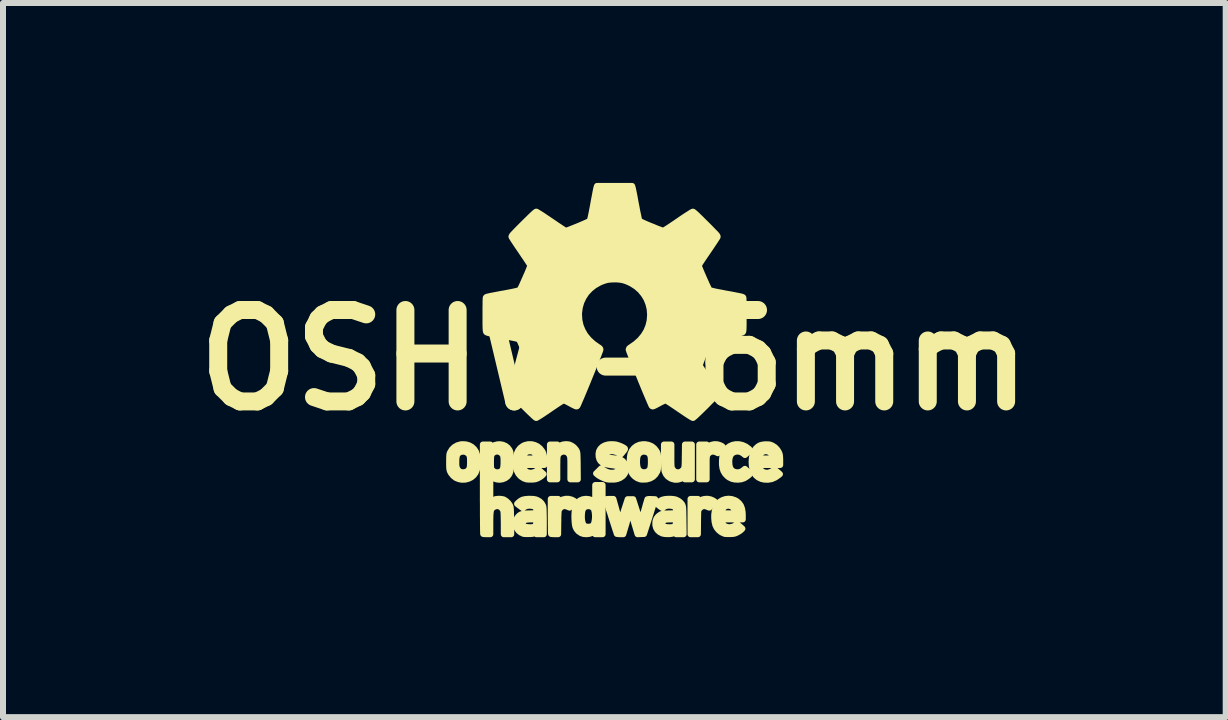
<source format=kicad_pcb>
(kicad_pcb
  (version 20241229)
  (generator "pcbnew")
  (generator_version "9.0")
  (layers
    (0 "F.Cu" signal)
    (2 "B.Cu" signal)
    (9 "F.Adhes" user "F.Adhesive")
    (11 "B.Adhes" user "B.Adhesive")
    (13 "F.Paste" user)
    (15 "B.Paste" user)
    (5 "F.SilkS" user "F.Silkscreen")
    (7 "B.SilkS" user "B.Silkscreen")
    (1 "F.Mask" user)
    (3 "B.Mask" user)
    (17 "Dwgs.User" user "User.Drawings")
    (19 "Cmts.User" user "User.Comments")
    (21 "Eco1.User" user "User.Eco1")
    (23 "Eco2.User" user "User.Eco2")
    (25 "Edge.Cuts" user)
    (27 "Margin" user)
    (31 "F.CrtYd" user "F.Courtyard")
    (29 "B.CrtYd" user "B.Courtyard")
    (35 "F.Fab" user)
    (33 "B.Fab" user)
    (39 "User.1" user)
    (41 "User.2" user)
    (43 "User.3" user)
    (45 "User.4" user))
  (footprint "OSHW-6mm"
    (layer "F.Cu")
    (at 7.192 2.953)
    (property "Reference" "OSHW-6mm" (at 0 0 0) (layer "F.SilkS") (effects (font (size 1.524 1.524) (thickness 0.3))))
    (attr through_hole)
    (fp_poly (pts (xy 1.807 1.446) (xy 1.803 1.455) (xy 1.791 1.471) (xy 1.774 1.493) (xy 1.766 1.503) (xy 1.726 1.553) (xy 1.696 1.538) (xy 1.659 1.526) (xy 1.622 1.527) (xy 1.589 1.541) (xy 1.562 1.566) (xy 1.551 1.583) (xy 1.547 1.592) (xy 1.544 1.603) (xy 1.542 1.619) (xy 1.54 1.64) (xy 1.539 1.67) (xy 1.539 1.709) (xy 1.539 1.76) (xy 1.539 1.798) (xy 1.539 1.988) (xy 1.477 1.988) (xy 1.415 1.988) (xy 1.415 1.698) (xy 1.415 1.408) (xy 1.477 1.408) (xy 1.539 1.408) (xy 1.539 1.433) (xy 1.539 1.459) (xy 1.567 1.438) (xy 1.613 1.414) (xy 1.664 1.402) (xy 1.7 1.402) (xy 1.725 1.406) (xy 1.752 1.414) (xy 1.777 1.424) (xy 1.796 1.434) (xy 1.806 1.443) (xy 1.807 1.446)) (stroke (width 0.1) (type solid)) (fill yes) (layer "F.SilkS"))
    (fp_poly (pts (xy 1.671 2.356) (xy 1.629 2.406) (xy 1.61 2.429) (xy 1.595 2.447) (xy 1.586 2.458) (xy 1.584 2.46) (xy 1.577 2.458) (xy 1.561 2.452) (xy 1.549 2.446) (xy 1.511 2.434) (xy 1.476 2.436) (xy 1.443 2.453) (xy 1.413 2.483) (xy 1.412 2.485) (xy 1.408 2.491) (xy 1.404 2.499) (xy 1.401 2.51) (xy 1.399 2.526) (xy 1.398 2.548) (xy 1.397 2.579) (xy 1.396 2.619) (xy 1.395 2.671) (xy 1.395 2.704) (xy 1.393 2.903) (xy 1.331 2.903) (xy 1.27 2.903) (xy 1.27 2.609) (xy 1.27 2.315) (xy 1.332 2.315) (xy 1.393 2.315) (xy 1.393 2.345) (xy 1.393 2.376) (xy 1.413 2.357) (xy 1.436 2.338) (xy 1.461 2.326) (xy 1.492 2.317) (xy 1.504 2.315) (xy 1.554 2.312) (xy 1.605 2.322) (xy 1.643 2.339) (xy 1.671 2.356)) (stroke (width 0.1) (type solid)) (fill yes) (layer "F.SilkS"))
    (fp_poly (pts (xy -0.66 2.356) (xy -0.665 2.363) (xy -0.676 2.378) (xy -0.691 2.397) (xy -0.709 2.418) (xy -0.725 2.438) (xy -0.739 2.453) (xy -0.746 2.46) (xy -0.747 2.46) (xy -0.755 2.457) (xy -0.771 2.45) (xy -0.781 2.445) (xy -0.819 2.434) (xy -0.855 2.437) (xy -0.887 2.453) (xy -0.913 2.481) (xy -0.92 2.492) (xy -0.924 2.5) (xy -0.927 2.512) (xy -0.929 2.528) (xy -0.931 2.551) (xy -0.932 2.581) (xy -0.934 2.622) (xy -0.934 2.675) (xy -0.935 2.709) (xy -0.937 2.903) (xy -0.994 2.903) (xy -1.021 2.902) (xy -1.042 2.901) (xy -1.054 2.899) (xy -1.055 2.898) (xy -1.056 2.89) (xy -1.057 2.869) (xy -1.058 2.837) (xy -1.058 2.794) (xy -1.059 2.744) (xy -1.059 2.687) (xy -1.06 2.625) (xy -1.06 2.604) (xy -1.06 2.315) (xy -0.998 2.315) (xy -0.936 2.315) (xy -0.936 2.344) (xy -0.936 2.373) (xy -0.903 2.348) (xy -0.861 2.324) (xy -0.813 2.313) (xy -0.763 2.313) (xy -0.714 2.325) (xy -0.699 2.332) (xy -0.678 2.343) (xy -0.664 2.352) (xy -0.66 2.356)) (stroke (width 0.1) (type solid)) (fill yes) (layer "F.SilkS"))
    (fp_poly (pts (xy 1.292 1.988) (xy 1.234 1.988) (xy 1.176 1.988) (xy 1.176 1.959) (xy 1.176 1.929) (xy 1.147 1.954) (xy 1.105 1.981) (xy 1.058 1.994) (xy 1.009 1.995) (xy 0.958 1.982) (xy 0.935 1.972) (xy 0.891 1.942) (xy 0.859 1.903) (xy 0.838 1.856) (xy 0.835 1.843) (xy 0.833 1.825) (xy 0.831 1.794) (xy 0.829 1.753) (xy 0.828 1.703) (xy 0.827 1.646) (xy 0.827 1.607) (xy 0.827 1.408) (xy 0.889 1.408) (xy 0.951 1.408) (xy 0.951 1.595) (xy 0.951 1.653) (xy 0.951 1.697) (xy 0.952 1.731) (xy 0.953 1.757) (xy 0.954 1.775) (xy 0.957 1.789) (xy 0.96 1.8) (xy 0.965 1.809) (xy 0.967 1.814) (xy 0.99 1.845) (xy 1.02 1.864) (xy 1.053 1.872) (xy 1.088 1.869) (xy 1.12 1.854) (xy 1.148 1.828) (xy 1.157 1.814) (xy 1.162 1.806) (xy 1.165 1.796) (xy 1.168 1.783) (xy 1.17 1.765) (xy 1.172 1.741) (xy 1.173 1.708) (xy 1.174 1.664) (xy 1.174 1.608) (xy 1.175 1.598) (xy 1.177 1.408) (xy 1.234 1.408) (xy 1.292 1.408) (xy 1.292 1.698) (xy 1.292 1.988)) (stroke (width 0.1) (type solid)) (fill yes) (layer "F.SilkS"))
    (fp_poly (pts (xy -0.609 1.988) (xy -0.671 1.988) (xy -0.733 1.988) (xy -0.733 1.801) (xy -0.733 1.744) (xy -0.733 1.699) (xy -0.734 1.665) (xy -0.735 1.64) (xy -0.737 1.621) (xy -0.739 1.608) (xy -0.743 1.596) (xy -0.747 1.586) (xy -0.749 1.582) (xy -0.772 1.551) (xy -0.801 1.532) (xy -0.838 1.526) (xy -0.851 1.526) (xy -0.89 1.535) (xy -0.919 1.556) (xy -0.938 1.583) (xy -0.942 1.592) (xy -0.945 1.603) (xy -0.947 1.619) (xy -0.949 1.64) (xy -0.95 1.67) (xy -0.95 1.709) (xy -0.951 1.76) (xy -0.951 1.798) (xy -0.951 1.988) (xy -1.012 1.988) (xy -1.074 1.988) (xy -1.074 1.698) (xy -1.074 1.408) (xy -1.012 1.408) (xy -0.951 1.408) (xy -0.951 1.435) (xy -0.951 1.461) (xy -0.934 1.446) (xy -0.898 1.422) (xy -0.854 1.407) (xy -0.806 1.401) (xy -0.759 1.406) (xy -0.75 1.408) (xy -0.711 1.426) (xy -0.673 1.453) (xy -0.643 1.488) (xy -0.631 1.506) (xy -0.626 1.517) (xy -0.622 1.527) (xy -0.619 1.538) (xy -0.617 1.552) (xy -0.615 1.571) (xy -0.614 1.597) (xy -0.613 1.63) (xy -0.612 1.674) (xy -0.611 1.73) (xy -0.611 1.765) (xy -0.609 1.988)) (stroke (width 0.1) (type solid)) (fill yes) (layer "F.SilkS"))
    (fp_poly (pts (xy 2.264 1.895) (xy 2.258 1.904) (xy 2.243 1.918) (xy 2.222 1.935) (xy 2.197 1.952) (xy 2.173 1.967) (xy 2.163 1.972) (xy 2.115 1.988) (xy 2.061 1.994) (xy 2.006 1.991) (xy 1.962 1.981) (xy 1.913 1.958) (xy 1.88 1.933) (xy 1.845 1.895) (xy 1.819 1.852) (xy 1.802 1.802) (xy 1.794 1.744) (xy 1.794 1.676) (xy 1.799 1.619) (xy 1.809 1.573) (xy 1.824 1.534) (xy 1.848 1.499) (xy 1.872 1.473) (xy 1.918 1.437) (xy 1.969 1.413) (xy 2.025 1.402) (xy 2.082 1.403) (xy 2.138 1.416) (xy 2.193 1.441) (xy 2.243 1.479) (xy 2.244 1.479) (xy 2.257 1.493) (xy 2.264 1.502) (xy 2.264 1.503) (xy 2.259 1.51) (xy 2.246 1.523) (xy 2.226 1.541) (xy 2.221 1.546) (xy 2.177 1.583) (xy 2.154 1.563) (xy 2.113 1.537) (xy 2.07 1.525) (xy 2.025 1.527) (xy 1.991 1.538) (xy 1.96 1.558) (xy 1.937 1.588) (xy 1.923 1.627) (xy 1.916 1.678) (xy 1.916 1.698) (xy 1.92 1.753) (xy 1.931 1.796) (xy 1.951 1.829) (xy 1.979 1.852) (xy 1.991 1.859) (xy 2.036 1.871) (xy 2.08 1.87) (xy 2.123 1.854) (xy 2.153 1.833) (xy 2.177 1.813) (xy 2.221 1.851) (xy 2.241 1.87) (xy 2.256 1.885) (xy 2.264 1.894) (xy 2.264 1.895)) (stroke (width 0.1) (type solid)) (fill yes) (layer "F.SilkS"))
    (fp_poly (pts (xy -0.196 2.903) (xy -0.258 2.903) (xy -0.319 2.903) (xy -0.319 2.873) (xy -0.319 2.842) (xy -0.322 2.845) (xy -0.322 2.622) (xy -0.323 2.579) (xy -0.327 2.538) (xy -0.334 2.504) (xy -0.343 2.479) (xy -0.344 2.478) (xy -0.368 2.453) (xy -0.4 2.439) (xy -0.432 2.435) (xy -0.471 2.44) (xy -0.5 2.456) (xy -0.519 2.478) (xy -0.53 2.502) (xy -0.537 2.536) (xy -0.541 2.578) (xy -0.542 2.621) (xy -0.539 2.664) (xy -0.53 2.709) (xy -0.517 2.742) (xy -0.497 2.764) (xy -0.47 2.776) (xy -0.434 2.779) (xy -0.433 2.779) (xy -0.408 2.777) (xy -0.384 2.772) (xy -0.378 2.769) (xy -0.358 2.755) (xy -0.343 2.734) (xy -0.333 2.704) (xy -0.326 2.663) (xy -0.322 2.622) (xy -0.322 2.845) (xy -0.336 2.858) (xy -0.371 2.882) (xy -0.415 2.897) (xy -0.462 2.903) (xy -0.51 2.9) (xy -0.554 2.886) (xy -0.557 2.884) (xy -0.6 2.855) (xy -0.631 2.818) (xy -0.649 2.78) (xy -0.657 2.745) (xy -0.662 2.702) (xy -0.665 2.652) (xy -0.666 2.599) (xy -0.664 2.546) (xy -0.659 2.497) (xy -0.653 2.455) (xy -0.644 2.422) (xy -0.64 2.411) (xy -0.611 2.371) (xy -0.573 2.34) (xy -0.527 2.32) (xy -0.474 2.313) (xy -0.472 2.313) (xy -0.424 2.318) (xy -0.38 2.332) (xy -0.343 2.354) (xy -0.336 2.36) (xy -0.319 2.376) (xy -0.319 2.229) (xy -0.319 2.083) (xy -0.258 2.083) (xy -0.196 2.083) (xy -0.196 2.493) (xy -0.196 2.903)) (stroke (width 0.1) (type solid)) (fill yes) (layer "F.SilkS"))
    (fp_poly (pts (xy 2.141 2.656) (xy 2.017 2.656) (xy 2.017 2.555) (xy 2.017 2.538) (xy 2.011 2.509) (xy 1.995 2.479) (xy 1.971 2.453) (xy 1.952 2.44) (xy 1.915 2.428) (xy 1.878 2.429) (xy 1.845 2.442) (xy 1.817 2.466) (xy 1.797 2.5) (xy 1.789 2.527) (xy 1.784 2.555) (xy 1.901 2.555) (xy 2.017 2.555) (xy 2.017 2.656) (xy 1.962 2.656) (xy 1.784 2.656) (xy 1.789 2.683) (xy 1.803 2.724) (xy 1.827 2.756) (xy 1.861 2.777) (xy 1.903 2.786) (xy 1.917 2.787) (xy 1.952 2.783) (xy 1.985 2.773) (xy 2.012 2.759) (xy 2.024 2.748) (xy 2.032 2.74) (xy 2.04 2.737) (xy 2.051 2.74) (xy 2.067 2.751) (xy 2.089 2.769) (xy 2.109 2.786) (xy 2.135 2.81) (xy 2.115 2.831) (xy 2.097 2.846) (xy 2.072 2.862) (xy 2.047 2.876) (xy 2.023 2.887) (xy 2.003 2.894) (xy 1.981 2.898) (xy 1.953 2.9) (xy 1.927 2.901) (xy 1.894 2.901) (xy 1.865 2.9) (xy 1.843 2.898) (xy 1.836 2.896) (xy 1.783 2.872) (xy 1.737 2.835) (xy 1.703 2.792) (xy 1.683 2.749) (xy 1.671 2.697) (xy 1.665 2.639) (xy 1.665 2.579) (xy 1.673 2.519) (xy 1.687 2.463) (xy 1.697 2.438) (xy 1.723 2.394) (xy 1.76 2.359) (xy 1.804 2.333) (xy 1.853 2.317) (xy 1.905 2.311) (xy 1.958 2.317) (xy 2.009 2.334) (xy 2.041 2.351) (xy 2.08 2.385) (xy 2.11 2.426) (xy 2.129 2.477) (xy 2.139 2.537) (xy 2.141 2.58) (xy 2.141 2.656)) (stroke (width 0.1) (type solid)) (fill yes) (layer "F.SilkS"))
    (fp_poly (pts (xy 0.729 1.698) (xy 0.729 1.745) (xy 0.729 1.78) (xy 0.727 1.806) (xy 0.725 1.825) (xy 0.721 1.84) (xy 0.716 1.853) (xy 0.714 1.859) (xy 0.683 1.909) (xy 0.644 1.947) (xy 0.609 1.967) (xy 0.609 1.698) (xy 0.608 1.648) (xy 0.604 1.61) (xy 0.595 1.582) (xy 0.582 1.561) (xy 0.563 1.546) (xy 0.547 1.537) (xy 0.506 1.526) (xy 0.467 1.528) (xy 0.433 1.542) (xy 0.404 1.569) (xy 0.397 1.581) (xy 0.386 1.608) (xy 0.38 1.645) (xy 0.378 1.687) (xy 0.379 1.731) (xy 0.384 1.772) (xy 0.393 1.805) (xy 0.402 1.823) (xy 0.428 1.85) (xy 0.462 1.867) (xy 0.499 1.871) (xy 0.538 1.864) (xy 0.552 1.857) (xy 0.574 1.843) (xy 0.59 1.825) (xy 0.6 1.8) (xy 0.606 1.765) (xy 0.609 1.72) (xy 0.609 1.698) (xy 0.609 1.967) (xy 0.596 1.974) (xy 0.54 1.99) (xy 0.51 1.992) (xy 0.48 1.993) (xy 0.452 1.992) (xy 0.433 1.99) (xy 0.432 1.989) (xy 0.383 1.971) (xy 0.34 1.942) (xy 0.305 1.906) (xy 0.283 1.87) (xy 0.27 1.829) (xy 0.261 1.778) (xy 0.256 1.722) (xy 0.256 1.665) (xy 0.26 1.611) (xy 0.269 1.564) (xy 0.271 1.558) (xy 0.294 1.507) (xy 0.328 1.465) (xy 0.37 1.433) (xy 0.421 1.411) (xy 0.478 1.402) (xy 0.512 1.402) (xy 0.571 1.413) (xy 0.623 1.435) (xy 0.667 1.47) (xy 0.702 1.515) (xy 0.714 1.538) (xy 0.72 1.551) (xy 0.724 1.565) (xy 0.726 1.582) (xy 0.728 1.605) (xy 0.729 1.637) (xy 0.729 1.679) (xy 0.729 1.698)) (stroke (width 0.1) (type solid)) (fill yes) (layer "F.SilkS"))
    (fp_poly (pts (xy -2.283 1.681) (xy -2.283 1.727) (xy -2.285 1.771) (xy -2.288 1.807) (xy -2.292 1.827) (xy -2.312 1.878) (xy -2.343 1.921) (xy -2.383 1.955) (xy -2.406 1.967) (xy -2.406 1.698) (xy -2.406 1.657) (xy -2.408 1.627) (xy -2.411 1.606) (xy -2.415 1.591) (xy -2.418 1.584) (xy -2.443 1.554) (xy -2.475 1.534) (xy -2.512 1.526) (xy -2.552 1.53) (xy -2.572 1.537) (xy -2.596 1.551) (xy -2.613 1.569) (xy -2.625 1.594) (xy -2.632 1.628) (xy -2.635 1.673) (xy -2.635 1.699) (xy -2.635 1.737) (xy -2.633 1.763) (xy -2.63 1.783) (xy -2.624 1.8) (xy -2.618 1.813) (xy -2.597 1.844) (xy -2.568 1.863) (xy -2.532 1.871) (xy -2.512 1.87) (xy -2.481 1.865) (xy -2.456 1.854) (xy -2.454 1.853) (xy -2.435 1.836) (xy -2.422 1.819) (xy -2.413 1.796) (xy -2.408 1.766) (xy -2.406 1.727) (xy -2.406 1.698) (xy -2.406 1.967) (xy -2.431 1.979) (xy -2.484 1.993) (xy -2.54 1.995) (xy -2.591 1.986) (xy -2.643 1.965) (xy -2.687 1.931) (xy -2.723 1.887) (xy -2.739 1.858) (xy -2.744 1.845) (xy -2.748 1.831) (xy -2.751 1.813) (xy -2.753 1.79) (xy -2.754 1.758) (xy -2.754 1.716) (xy -2.754 1.698) (xy -2.754 1.651) (xy -2.753 1.616) (xy -2.752 1.59) (xy -2.75 1.571) (xy -2.746 1.556) (xy -2.741 1.543) (xy -2.739 1.538) (xy -2.708 1.488) (xy -2.668 1.449) (xy -2.619 1.421) (xy -2.563 1.405) (xy -2.537 1.402) (xy -2.477 1.405) (xy -2.423 1.42) (xy -2.376 1.446) (xy -2.337 1.482) (xy -2.307 1.527) (xy -2.292 1.57) (xy -2.287 1.598) (xy -2.284 1.637) (xy -2.283 1.681)) (stroke (width 0.1) (type solid)) (fill yes) (layer "F.SilkS"))
    (fp_poly (pts (xy -1.167 1.749) (xy -1.292 1.749) (xy -1.292 1.627) (xy -1.296 1.608) (xy -1.308 1.583) (xy -1.323 1.559) (xy -1.34 1.539) (xy -1.345 1.535) (xy -1.37 1.524) (xy -1.402 1.52) (xy -1.435 1.522) (xy -1.463 1.531) (xy -1.47 1.535) (xy -1.501 1.565) (xy -1.519 1.6) (xy -1.522 1.613) (xy -1.526 1.64) (xy -1.409 1.64) (xy -1.365 1.64) (xy -1.334 1.639) (xy -1.313 1.638) (xy -1.3 1.636) (xy -1.294 1.633) (xy -1.292 1.629) (xy -1.292 1.627) (xy -1.292 1.749) (xy -1.345 1.749) (xy -1.524 1.749) (xy -1.524 1.766) (xy -1.521 1.782) (xy -1.513 1.804) (xy -1.508 1.814) (xy -1.484 1.846) (xy -1.452 1.867) (xy -1.415 1.878) (xy -1.374 1.877) (xy -1.332 1.866) (xy -1.291 1.842) (xy -1.288 1.84) (xy -1.265 1.823) (xy -1.222 1.861) (xy -1.179 1.9) (xy -1.201 1.923) (xy -1.219 1.938) (xy -1.245 1.955) (xy -1.268 1.968) (xy -1.294 1.98) (xy -1.318 1.987) (xy -1.346 1.991) (xy -1.377 1.993) (xy -1.41 1.993) (xy -1.44 1.992) (xy -1.464 1.989) (xy -1.468 1.988) (xy -1.509 1.974) (xy -1.547 1.95) (xy -1.569 1.932) (xy -1.602 1.893) (xy -1.626 1.845) (xy -1.641 1.786) (xy -1.647 1.717) (xy -1.647 1.701) (xy -1.642 1.625) (xy -1.627 1.561) (xy -1.603 1.507) (xy -1.568 1.463) (xy -1.523 1.43) (xy -1.491 1.415) (xy -1.436 1.402) (xy -1.381 1.402) (xy -1.327 1.415) (xy -1.278 1.439) (xy -1.236 1.474) (xy -1.202 1.518) (xy -1.191 1.539) (xy -1.183 1.559) (xy -1.177 1.579) (xy -1.173 1.603) (xy -1.171 1.635) (xy -1.17 1.664) (xy -1.167 1.749)) (stroke (width 0.1) (type solid)) (fill yes) (layer "F.SilkS"))
    (fp_poly (pts (xy 2.765 1.749) (xy 2.643 1.749) (xy 2.643 1.64) (xy 2.639 1.613) (xy 2.627 1.577) (xy 2.605 1.549) (xy 2.577 1.53) (xy 2.544 1.52) (xy 2.51 1.519) (xy 2.477 1.529) (xy 2.449 1.549) (xy 2.435 1.567) (xy 2.423 1.59) (xy 2.414 1.613) (xy 2.413 1.617) (xy 2.408 1.64) (xy 2.526 1.64) (xy 2.643 1.64) (xy 2.643 1.749) (xy 2.587 1.749) (xy 2.53 1.749) (xy 2.486 1.749) (xy 2.454 1.75) (xy 2.431 1.752) (xy 2.417 1.756) (xy 2.411 1.761) (xy 2.41 1.769) (xy 2.413 1.78) (xy 2.419 1.794) (xy 2.421 1.798) (xy 2.443 1.836) (xy 2.474 1.862) (xy 2.514 1.876) (xy 2.547 1.879) (xy 2.57 1.876) (xy 2.598 1.867) (xy 2.626 1.854) (xy 2.648 1.841) (xy 2.655 1.834) (xy 2.661 1.828) (xy 2.669 1.827) (xy 2.68 1.833) (xy 2.697 1.845) (xy 2.722 1.866) (xy 2.732 1.875) (xy 2.761 1.901) (xy 2.74 1.919) (xy 2.684 1.958) (xy 2.625 1.984) (xy 2.563 1.995) (xy 2.499 1.993) (xy 2.451 1.982) (xy 2.4 1.958) (xy 2.359 1.924) (xy 2.327 1.879) (xy 2.304 1.822) (xy 2.292 1.763) (xy 2.288 1.694) (xy 2.293 1.628) (xy 2.307 1.568) (xy 2.33 1.515) (xy 2.359 1.473) (xy 2.363 1.469) (xy 2.396 1.439) (xy 2.43 1.42) (xy 2.469 1.409) (xy 2.517 1.404) (xy 2.529 1.404) (xy 2.563 1.405) (xy 2.588 1.407) (xy 2.608 1.413) (xy 2.63 1.422) (xy 2.636 1.425) (xy 2.681 1.454) (xy 2.719 1.495) (xy 2.747 1.542) (xy 2.75 1.55) (xy 2.758 1.574) (xy 2.762 1.6) (xy 2.764 1.632) (xy 2.765 1.669) (xy 2.765 1.749)) (stroke (width 0.1) (type solid)) (fill yes) (layer "F.SilkS"))
    (fp_poly (pts (xy -1.176 2.903) (xy -1.237 2.903) (xy -1.299 2.903) (xy -1.299 2.881) (xy -1.299 2.859) (xy -1.299 2.689) (xy -1.299 2.656) (xy -1.38 2.656) (xy -1.428 2.657) (xy -1.463 2.661) (xy -1.488 2.667) (xy -1.506 2.677) (xy -1.519 2.692) (xy -1.52 2.694) (xy -1.528 2.719) (xy -1.523 2.745) (xy -1.506 2.766) (xy -1.493 2.775) (xy -1.472 2.781) (xy -1.441 2.785) (xy -1.407 2.787) (xy -1.374 2.786) (xy -1.347 2.782) (xy -1.339 2.78) (xy -1.321 2.765) (xy -1.307 2.74) (xy -1.3 2.707) (xy -1.299 2.689) (xy -1.299 2.859) (xy -1.325 2.879) (xy -1.339 2.888) (xy -1.352 2.894) (xy -1.368 2.898) (xy -1.392 2.9) (xy -1.425 2.901) (xy -1.458 2.901) (xy -1.488 2.9) (xy -1.509 2.898) (xy -1.517 2.896) (xy -1.562 2.875) (xy -1.599 2.845) (xy -1.625 2.807) (xy -1.641 2.765) (xy -1.647 2.721) (xy -1.64 2.676) (xy -1.622 2.634) (xy -1.601 2.606) (xy -1.584 2.59) (xy -1.565 2.577) (xy -1.543 2.568) (xy -1.515 2.562) (xy -1.477 2.558) (xy -1.429 2.556) (xy -1.413 2.556) (xy -1.299 2.553) (xy -1.299 2.514) (xy -1.303 2.48) (xy -1.315 2.456) (xy -1.338 2.44) (xy -1.372 2.431) (xy -1.42 2.427) (xy -1.463 2.433) (xy -1.498 2.449) (xy -1.501 2.451) (xy -1.525 2.469) (xy -1.552 2.45) (xy -1.574 2.434) (xy -1.596 2.417) (xy -1.6 2.414) (xy -1.622 2.396) (xy -1.592 2.367) (xy -1.562 2.344) (xy -1.529 2.327) (xy -1.489 2.318) (xy -1.439 2.313) (xy -1.408 2.313) (xy -1.367 2.314) (xy -1.336 2.317) (xy -1.311 2.322) (xy -1.29 2.329) (xy -1.248 2.352) (xy -1.214 2.384) (xy -1.191 2.422) (xy -1.183 2.446) (xy -1.181 2.464) (xy -1.179 2.494) (xy -1.178 2.535) (xy -1.177 2.585) (xy -1.176 2.641) (xy -1.176 2.693) (xy -1.176 2.903)) (stroke (width 0.1) (type solid)) (fill yes) (layer "F.SilkS"))
    (fp_poly (pts (xy 0.195 1.805) (xy 0.191 1.853) (xy 0.174 1.896) (xy 0.144 1.933) (xy 0.101 1.963) (xy 0.086 1.97) (xy 0.058 1.981) (xy 0.032 1.988) (xy 0.001 1.992) (xy -0.025 1.993) (xy -0.059 1.993) (xy -0.092 1.992) (xy -0.117 1.989) (xy -0.123 1.988) (xy -0.153 1.979) (xy -0.189 1.964) (xy -0.227 1.946) (xy -0.26 1.927) (xy -0.281 1.911) (xy -0.305 1.89) (xy -0.262 1.848) (xy -0.22 1.806) (xy -0.182 1.832) (xy -0.131 1.861) (xy -0.078 1.876) (xy -0.037 1.879) (xy 0.002 1.875) (xy 0.034 1.863) (xy 0.058 1.845) (xy 0.07 1.822) (xy 0.07 1.798) (xy 0.065 1.785) (xy 0.055 1.775) (xy 0.038 1.767) (xy 0.013 1.761) (xy -0.024 1.755) (xy -0.054 1.752) (xy -0.116 1.742) (xy -0.165 1.729) (xy -0.202 1.71) (xy -0.23 1.686) (xy -0.249 1.655) (xy -0.26 1.615) (xy -0.261 1.615) (xy -0.264 1.563) (xy -0.255 1.516) (xy -0.233 1.477) (xy -0.2 1.445) (xy -0.157 1.421) (xy -0.104 1.406) (xy -0.073 1.403) (xy -0.038 1.402) (xy -0.002 1.404) (xy 0.025 1.407) (xy 0.057 1.416) (xy 0.094 1.429) (xy 0.13 1.445) (xy 0.159 1.461) (xy 0.17 1.469) (xy 0.176 1.474) (xy 0.178 1.48) (xy 0.176 1.487) (xy 0.169 1.499) (xy 0.154 1.518) (xy 0.131 1.546) (xy 0.129 1.549) (xy 0.111 1.57) (xy 0.064 1.546) (xy 0.028 1.531) (xy -0.009 1.521) (xy -0.024 1.519) (xy -0.063 1.519) (xy -0.096 1.526) (xy -0.121 1.54) (xy -0.137 1.559) (xy -0.14 1.582) (xy -0.137 1.594) (xy -0.13 1.607) (xy -0.118 1.616) (xy -0.099 1.624) (xy -0.07 1.63) (xy -0.029 1.635) (xy -0.009 1.637) (xy 0.028 1.642) (xy 0.062 1.647) (xy 0.088 1.653) (xy 0.104 1.658) (xy 0.142 1.684) (xy 0.171 1.719) (xy 0.185 1.751) (xy 0.195 1.805)) (stroke (width 0.1) (type solid)) (fill yes) (layer "F.SilkS"))
    (fp_poly (pts (xy 0.68 2.319) (xy 0.588 2.609) (xy 0.495 2.899) (xy 0.441 2.901) (xy 0.387 2.903) (xy 0.33 2.713) (xy 0.315 2.662) (xy 0.302 2.617) (xy 0.29 2.578) (xy 0.28 2.547) (xy 0.273 2.526) (xy 0.269 2.517) (xy 0.269 2.517) (xy 0.266 2.522) (xy 0.26 2.54) (xy 0.25 2.568) (xy 0.238 2.605) (xy 0.224 2.649) (xy 0.209 2.698) (xy 0.207 2.707) (xy 0.149 2.903) (xy 0.097 2.903) (xy 0.071 2.902) (xy 0.051 2.9) (xy 0.041 2.898) (xy 0.041 2.897) (xy 0.038 2.89) (xy 0.032 2.869) (xy 0.021 2.838) (xy 0.008 2.798) (xy -0.007 2.75) (xy -0.025 2.695) (xy -0.044 2.635) (xy -0.051 2.613) (xy -0.07 2.551) (xy -0.089 2.495) (xy -0.105 2.443) (xy -0.119 2.399) (xy -0.13 2.364) (xy -0.138 2.339) (xy -0.143 2.326) (xy -0.143 2.324) (xy -0.141 2.32) (xy -0.13 2.317) (xy -0.107 2.315) (xy -0.081 2.315) (xy -0.016 2.315) (xy -0.005 2.352) (xy 0.000248 2.37) (xy 0.008 2.399) (xy 0.019 2.437) (xy 0.031 2.481) (xy 0.044 2.528) (xy 0.048 2.544) (xy 0.061 2.589) (xy 0.072 2.629) (xy 0.082 2.662) (xy 0.089 2.685) (xy 0.094 2.698) (xy 0.095 2.7) (xy 0.098 2.693) (xy 0.105 2.674) (xy 0.115 2.645) (xy 0.128 2.608) (xy 0.142 2.564) (xy 0.159 2.514) (xy 0.16 2.509) (xy 0.222 2.319) (xy 0.268 2.319) (xy 0.314 2.319) (xy 0.376 2.513) (xy 0.393 2.562) (xy 0.408 2.607) (xy 0.421 2.644) (xy 0.431 2.673) (xy 0.439 2.691) (xy 0.443 2.698) (xy 0.443 2.698) (xy 0.447 2.689) (xy 0.453 2.667) (xy 0.462 2.636) (xy 0.473 2.596) (xy 0.485 2.551) (xy 0.497 2.507) (xy 0.511 2.458) (xy 0.523 2.414) (xy 0.534 2.376) (xy 0.543 2.346) (xy 0.549 2.327) (xy 0.551 2.32) (xy 0.561 2.318) (xy 0.58 2.316) (xy 0.607 2.316) (xy 0.618 2.317) (xy 0.68 2.319)) (stroke (width 0.1) (type solid)) (fill yes) (layer "F.SilkS"))
    (fp_poly (pts (xy 1.155 2.903) (xy 1.093 2.903) (xy 1.031 2.903) (xy 1.031 2.656) (xy 0.945 2.656) (xy 0.904 2.657) (xy 0.875 2.658) (xy 0.854 2.662) (xy 0.837 2.667) (xy 0.835 2.669) (xy 0.812 2.687) (xy 0.8 2.71) (xy 0.801 2.735) (xy 0.813 2.759) (xy 0.829 2.772) (xy 0.852 2.781) (xy 0.883 2.786) (xy 0.919 2.787) (xy 0.954 2.786) (xy 0.983 2.78) (xy 0.994 2.776) (xy 1.013 2.758) (xy 1.025 2.729) (xy 1.03 2.689) (xy 1.03 2.683) (xy 1.031 2.656) (xy 1.031 2.903) (xy 1.03 2.876) (xy 1.03 2.859) (xy 1.027 2.855) (xy 1.022 2.862) (xy 1.011 2.873) (xy 0.992 2.885) (xy 0.984 2.889) (xy 0.956 2.897) (xy 0.918 2.902) (xy 0.877 2.902) (xy 0.837 2.899) (xy 0.803 2.892) (xy 0.799 2.891) (xy 0.754 2.868) (xy 0.719 2.836) (xy 0.695 2.796) (xy 0.683 2.75) (xy 0.684 2.699) (xy 0.69 2.669) (xy 0.705 2.636) (xy 0.731 2.604) (xy 0.764 2.579) (xy 0.772 2.574) (xy 0.785 2.568) (xy 0.799 2.564) (xy 0.818 2.56) (xy 0.842 2.558) (xy 0.876 2.557) (xy 0.917 2.556) (xy 1.032 2.553) (xy 1.029 2.51) (xy 1.024 2.477) (xy 1.013 2.455) (xy 0.993 2.441) (xy 0.962 2.432) (xy 0.958 2.431) (xy 0.913 2.426) (xy 0.872 2.43) (xy 0.839 2.442) (xy 0.828 2.45) (xy 0.813 2.461) (xy 0.803 2.467) (xy 0.802 2.467) (xy 0.794 2.463) (xy 0.778 2.452) (xy 0.758 2.438) (xy 0.739 2.422) (xy 0.722 2.408) (xy 0.713 2.398) (xy 0.711 2.395) (xy 0.717 2.384) (xy 0.733 2.369) (xy 0.754 2.353) (xy 0.778 2.338) (xy 0.802 2.327) (xy 0.806 2.326) (xy 0.843 2.317) (xy 0.889 2.313) (xy 0.937 2.313) (xy 0.984 2.316) (xy 1.023 2.324) (xy 1.023 2.324) (xy 1.065 2.343) (xy 1.101 2.37) (xy 1.129 2.403) (xy 1.136 2.418) (xy 1.14 2.429) (xy 1.143 2.441) (xy 1.146 2.457) (xy 1.148 2.478) (xy 1.149 2.507) (xy 1.15 2.544) (xy 1.151 2.592) (xy 1.152 2.652) (xy 1.152 2.676) (xy 1.155 2.903)) (stroke (width 0.1) (type solid)) (fill yes) (layer "F.SilkS"))
    (fp_poly (pts (xy -1.719 2.903) (xy -1.781 2.903) (xy -1.843 2.903) (xy -1.843 2.72) (xy -1.844 2.652) (xy -1.845 2.596) (xy -1.847 2.553) (xy -1.849 2.523) (xy -1.852 2.51) (xy -1.868 2.479) (xy -1.893 2.454) (xy -1.923 2.437) (xy -1.935 2.434) (xy -1.965 2.435) (xy -1.998 2.444) (xy -2.026 2.461) (xy -2.041 2.476) (xy -2.049 2.488) (xy -2.055 2.503) (xy -2.06 2.523) (xy -2.063 2.549) (xy -2.066 2.582) (xy -2.067 2.626) (xy -2.068 2.681) (xy -2.068 2.731) (xy -2.068 2.903) (xy -2.125 2.903) (xy -2.153 2.902) (xy -2.174 2.901) (xy -2.186 2.899) (xy -2.187 2.898) (xy -2.187 2.89) (xy -2.188 2.869) (xy -2.189 2.835) (xy -2.189 2.79) (xy -2.19 2.733) (xy -2.19 2.668) (xy -2.191 2.593) (xy -2.191 2.511) (xy -2.191 2.422) (xy -2.192 2.327) (xy -2.192 2.227) (xy -2.192 2.151) (xy -2.192 1.408) (xy -2.13 1.408) (xy -2.069 1.408) (xy -2.067 1.434) (xy -2.065 1.459) (xy -2.04 1.441) (xy -1.997 1.417) (xy -1.95 1.405) (xy -1.902 1.403) (xy -1.856 1.412) (xy -1.813 1.431) (xy -1.777 1.459) (xy -1.749 1.496) (xy -1.734 1.53) (xy -1.731 1.547) (xy -1.728 1.575) (xy -1.725 1.61) (xy -1.723 1.65) (xy -1.722 1.662) (xy -1.721 1.738) (xy -1.725 1.8) (xy -1.732 1.851) (xy -1.745 1.89) (xy -1.753 1.906) (xy -1.782 1.943) (xy -1.821 1.971) (xy -1.847 1.981) (xy -1.847 1.698) (xy -1.847 1.658) (xy -1.849 1.63) (xy -1.851 1.609) (xy -1.855 1.593) (xy -1.862 1.578) (xy -1.862 1.578) (xy -1.884 1.55) (xy -1.914 1.532) (xy -1.948 1.524) (xy -1.984 1.528) (xy -2.011 1.541) (xy -2.028 1.554) (xy -2.04 1.568) (xy -2.049 1.586) (xy -2.054 1.61) (xy -2.056 1.643) (xy -2.057 1.687) (xy -2.057 1.702) (xy -2.057 1.744) (xy -2.056 1.775) (xy -2.054 1.796) (xy -2.051 1.811) (xy -2.046 1.821) (xy -2.044 1.824) (xy -2.019 1.85) (xy -1.986 1.867) (xy -1.95 1.872) (xy -1.914 1.866) (xy -1.895 1.858) (xy -1.877 1.844) (xy -1.864 1.826) (xy -1.855 1.802) (xy -1.85 1.769) (xy -1.847 1.726) (xy -1.847 1.698) (xy -1.847 1.981) (xy -1.865 1.988) (xy -1.913 1.995) (xy -1.961 1.99) (xy -2.007 1.974) (xy -2.036 1.956) (xy -2.052 1.944) (xy -2.063 1.938) (xy -2.064 1.938) (xy -2.065 1.945) (xy -2.066 1.964) (xy -2.067 1.995) (xy -2.068 2.035) (xy -2.068 2.082) (xy -2.068 2.135) (xy -2.068 2.155) (xy -2.068 2.373) (xy -2.035 2.348) (xy -2.012 2.333) (xy -1.987 2.321) (xy -1.976 2.317) (xy -1.939 2.313) (xy -1.9 2.313) (xy -1.864 2.318) (xy -1.842 2.324) (xy -1.808 2.345) (xy -1.774 2.375) (xy -1.748 2.409) (xy -1.74 2.423) (xy -1.736 2.433) (xy -1.732 2.443) (xy -1.729 2.455) (xy -1.727 2.47) (xy -1.725 2.491) (xy -1.724 2.519) (xy -1.723 2.555) (xy -1.722 2.602) (xy -1.721 2.662) (xy -1.721 2.68) (xy -1.719 2.903)) (stroke (width 0.1) (type solid)) (fill yes) (layer "F.SilkS"))
    (fp_poly (pts (xy 2.155 -0.755) (xy 2.155 -0.684) (xy 2.155 -0.626) (xy 2.155 -0.58) (xy 2.154 -0.545) (xy 2.153 -0.518) (xy 2.152 -0.498) (xy 2.15 -0.484) (xy 2.148 -0.475) (xy 2.145 -0.469) (xy 2.143 -0.466) (xy 2.137 -0.462) (xy 2.127 -0.457) (xy 2.11 -0.452) (xy 2.087 -0.446) (xy 2.054 -0.439) (xy 2.012 -0.431) (xy 1.958 -0.42) (xy 1.892 -0.408) (xy 1.869 -0.404) (xy 1.795 -0.39) (xy 1.735 -0.378) (xy 1.686 -0.368) (xy 1.65 -0.36) (xy 1.623 -0.354) (xy 1.606 -0.348) (xy 1.597 -0.344) (xy 1.596 -0.343) (xy 1.59 -0.332) (xy 1.579 -0.311) (xy 1.566 -0.28) (xy 1.55 -0.242) (xy 1.532 -0.198) (xy 1.513 -0.152) (xy 1.494 -0.104) (xy 1.476 -0.058) (xy 1.46 -0.014) (xy 1.445 0.025) (xy 1.434 0.057) (xy 1.427 0.08) (xy 1.424 0.092) (xy 1.424 0.093) (xy 1.429 0.101) (xy 1.441 0.121) (xy 1.459 0.149) (xy 1.483 0.185) (xy 1.511 0.227) (xy 1.543 0.273) (xy 1.573 0.317) (xy 1.607 0.367) (xy 1.639 0.414) (xy 1.667 0.455) (xy 1.69 0.491) (xy 1.708 0.519) (xy 1.72 0.537) (xy 1.724 0.545) (xy 1.724 0.55) (xy 1.72 0.558) (xy 1.712 0.569) (xy 1.699 0.585) (xy 1.68 0.606) (xy 1.654 0.633) (xy 1.621 0.668) (xy 1.578 0.711) (xy 1.527 0.763) (xy 1.468 0.821) (xy 1.418 0.87) (xy 1.377 0.909) (xy 1.346 0.938) (xy 1.324 0.956) (xy 1.312 0.965) (xy 1.31 0.965) (xy 1.301 0.961) (xy 1.281 0.95) (xy 1.252 0.932) (xy 1.216 0.909) (xy 1.174 0.881) (xy 1.127 0.849) (xy 1.078 0.816) (xy 1.018 0.775) (xy 0.969 0.742) (xy 0.93 0.716) (xy 0.9 0.697) (xy 0.877 0.684) (xy 0.861 0.675) (xy 0.851 0.672) (xy 0.846 0.672) (xy 0.834 0.677) (xy 0.813 0.688) (xy 0.784 0.702) (xy 0.751 0.719) (xy 0.745 0.723) (xy 0.705 0.744) (xy 0.676 0.759) (xy 0.656 0.768) (xy 0.642 0.773) (xy 0.633 0.772) (xy 0.627 0.768) (xy 0.622 0.761) (xy 0.621 0.761) (xy 0.615 0.749) (xy 0.605 0.726) (xy 0.59 0.692) (xy 0.572 0.649) (xy 0.55 0.598) (xy 0.526 0.541) (xy 0.5 0.479) (xy 0.473 0.413) (xy 0.445 0.345) (xy 0.417 0.275) (xy 0.389 0.207) (xy 0.361 0.139) (xy 0.336 0.075) (xy 0.312 0.016) (xy 0.29 -0.038) (xy 0.272 -0.085) (xy 0.257 -0.123) (xy 0.246 -0.152) (xy 0.241 -0.169) (xy 0.239 -0.174) (xy 0.243 -0.19) (xy 0.254 -0.203) (xy 0.267 -0.211) (xy 0.353 -0.271) (xy 0.426 -0.336) (xy 0.486 -0.408) (xy 0.534 -0.486) (xy 0.568 -0.57) (xy 0.589 -0.658) (xy 0.596 -0.752) (xy 0.596 -0.758) (xy 0.589 -0.85) (xy 0.568 -0.937) (xy 0.535 -1.02) (xy 0.489 -1.095) (xy 0.432 -1.164) (xy 0.365 -1.223) (xy 0.287 -1.273) (xy 0.258 -1.288) (xy 0.201 -1.313) (xy 0.15 -1.33) (xy 0.098 -1.34) (xy 0.04 -1.345) (xy 0.004 -1.345) (xy -0.059 -1.343) (xy -0.113 -1.337) (xy -0.165 -1.323) (xy -0.218 -1.303) (xy -0.251 -1.288) (xy -0.332 -1.242) (xy -0.403 -1.185) (xy -0.464 -1.12) (xy -0.513 -1.046) (xy -0.551 -0.966) (xy -0.576 -0.88) (xy -0.588 -0.79) (xy -0.589 -0.758) (xy -0.583 -0.664) (xy -0.563 -0.575) (xy -0.529 -0.492) (xy -0.483 -0.413) (xy -0.423 -0.341) (xy -0.351 -0.275) (xy -0.266 -0.215) (xy -0.259 -0.211) (xy -0.241 -0.198) (xy -0.233 -0.184) (xy -0.232 -0.174) (xy -0.235 -0.164) (xy -0.243 -0.142) (xy -0.255 -0.11) (xy -0.271 -0.068) (xy -0.291 -0.019) (xy -0.313 0.037) (xy -0.338 0.099) (xy -0.364 0.164) (xy -0.392 0.232) (xy -0.42 0.301) (xy -0.448 0.37) (xy -0.476 0.438) (xy -0.503 0.503) (xy -0.528 0.563) (xy -0.551 0.618) (xy -0.572 0.666) (xy -0.589 0.706) (xy -0.602 0.736) (xy -0.611 0.755) (xy -0.614 0.761) (xy -0.619 0.768) (xy -0.625 0.772) (xy -0.634 0.773) (xy -0.647 0.769) (xy -0.666 0.76) (xy -0.695 0.746) (xy -0.733 0.725) (xy -0.738 0.723) (xy -0.771 0.705) (xy -0.8 0.69) (xy -0.824 0.679) (xy -0.838 0.673) (xy -0.839 0.672) (xy -0.846 0.673) (xy -0.857 0.677) (xy -0.875 0.687) (xy -0.9 0.702) (xy -0.933 0.723) (xy -0.975 0.751) (xy -1.027 0.786) (xy -1.071 0.816) (xy -1.121 0.851) (xy -1.168 0.882) (xy -1.21 0.91) (xy -1.246 0.933) (xy -1.275 0.95) (xy -1.294 0.962) (xy -1.303 0.965) (xy -1.312 0.96) (xy -1.332 0.944) (xy -1.36 0.918) (xy -1.398 0.882) (xy -1.446 0.836) (xy -1.502 0.78) (xy -1.519 0.763) (xy -1.571 0.711) (xy -1.614 0.668) (xy -1.647 0.633) (xy -1.673 0.606) (xy -1.692 0.585) (xy -1.705 0.569) (xy -1.713 0.558) (xy -1.716 0.55) (xy -1.717 0.545) (xy -1.711 0.536) (xy -1.699 0.516) (xy -1.68 0.487) (xy -1.656 0.45) (xy -1.628 0.408) (xy -1.596 0.361) (xy -1.566 0.317) (xy -1.532 0.268) (xy -1.501 0.222) (xy -1.473 0.18) (xy -1.45 0.145) (xy -1.432 0.118) (xy -1.421 0.1) (xy -1.417 0.093) (xy -1.419 0.083) (xy -1.425 0.062) (xy -1.436 0.031) (xy -1.45 -0.006) (xy -1.466 -0.05) (xy -1.484 -0.096) (xy -1.503 -0.143) (xy -1.521 -0.19) (xy -1.539 -0.234) (xy -1.556 -0.273) (xy -1.57 -0.306) (xy -1.581 -0.329) (xy -1.588 -0.342) (xy -1.589 -0.343) (xy -1.596 -0.347) (xy -1.612 -0.352) (xy -1.636 -0.359) (xy -1.671 -0.367) (xy -1.717 -0.376) (xy -1.775 -0.387) (xy -1.846 -0.401) (xy -1.862 -0.404) (xy -1.932 -0.417) (xy -1.989 -0.428) (xy -2.035 -0.437) (xy -2.07 -0.444) (xy -2.096 -0.45) (xy -2.115 -0.456) (xy -2.127 -0.46) (xy -2.134 -0.465) (xy -2.135 -0.466) (xy -2.139 -0.471) (xy -2.141 -0.478) (xy -2.143 -0.488) (xy -2.145 -0.504) (xy -2.146 -0.525) (xy -2.147 -0.555) (xy -2.148 -0.594) (xy -2.148 -0.644) (xy -2.148 -0.706) (xy -2.148 -0.755) (xy -2.148 -0.817) (xy -2.148 -0.875) (xy -2.147 -0.927) (xy -2.147 -0.971) (xy -2.146 -1.005) (xy -2.145 -1.029) (xy -2.144 -1.04) (xy -2.144 -1.041) (xy -2.142 -1.045) (xy -2.138 -1.048) (xy -2.132 -1.052) (xy -2.121 -1.056) (xy -2.105 -1.06) (xy -2.082 -1.065) (xy -2.052 -1.072) (xy -2.011 -1.079) (xy -1.96 -1.089) (xy -1.898 -1.101) (xy -1.84 -1.111) (xy -1.771 -1.124) (xy -1.715 -1.135) (xy -1.671 -1.144) (xy -1.637 -1.152) (xy -1.612 -1.158) (xy -1.594 -1.163) (xy -1.583 -1.168) (xy -1.578 -1.172) (xy -1.572 -1.182) (xy -1.561 -1.203) (xy -1.546 -1.233) (xy -1.529 -1.27) (xy -1.51 -1.313) (xy -1.49 -1.358) (xy -1.47 -1.404) (xy -1.45 -1.448) (xy -1.433 -1.49) (xy -1.419 -1.525) (xy -1.408 -1.553) (xy -1.402 -1.571) (xy -1.401 -1.577) (xy -1.405 -1.585) (xy -1.416 -1.604) (xy -1.434 -1.632) (xy -1.457 -1.667) (xy -1.485 -1.709) (xy -1.517 -1.756) (xy -1.551 -1.807) (xy -1.553 -1.81) (xy -1.588 -1.861) (xy -1.621 -1.909) (xy -1.65 -1.953) (xy -1.675 -1.99) (xy -1.694 -2.02) (xy -1.707 -2.041) (xy -1.713 -2.052) (xy -1.713 -2.052) (xy -1.715 -2.057) (xy -1.714 -2.063) (xy -1.711 -2.07) (xy -1.704 -2.081) (xy -1.693 -2.095) (xy -1.676 -2.113) (xy -1.652 -2.138) (xy -1.622 -2.169) (xy -1.583 -2.209) (xy -1.535 -2.257) (xy -1.519 -2.273) (xy -1.461 -2.33) (xy -1.413 -2.377) (xy -1.374 -2.415) (xy -1.344 -2.443) (xy -1.322 -2.462) (xy -1.308 -2.472) (xy -1.302 -2.475) (xy -1.292 -2.471) (xy -1.272 -2.459) (xy -1.243 -2.441) (xy -1.206 -2.418) (xy -1.163 -2.389) (xy -1.115 -2.357) (xy -1.063 -2.322) (xy -1.053 -2.315) (xy -1.001 -2.28) (xy -0.953 -2.247) (xy -0.909 -2.218) (xy -0.872 -2.193) (xy -0.842 -2.174) (xy -0.821 -2.161) (xy -0.81 -2.156) (xy -0.809 -2.155) (xy -0.798 -2.158) (xy -0.776 -2.166) (xy -0.744 -2.178) (xy -0.707 -2.193) (xy -0.664 -2.21) (xy -0.619 -2.228) (xy -0.573 -2.247) (xy -0.53 -2.266) (xy -0.49 -2.283) (xy -0.456 -2.298) (xy -0.431 -2.31) (xy -0.416 -2.318) (xy -0.413 -2.32) (xy -0.409 -2.329) (xy -0.403 -2.349) (xy -0.395 -2.379) (xy -0.386 -2.422) (xy -0.375 -2.476) (xy -0.362 -2.544) (xy -0.352 -2.598) (xy -0.341 -2.659) (xy -0.33 -2.716) (xy -0.32 -2.768) (xy -0.312 -2.812) (xy -0.305 -2.847) (xy -0.299 -2.871) (xy -0.296 -2.883) (xy -0.296 -2.883) (xy -0.289 -2.903) (xy 0.004 -2.903) (xy 0.296 -2.903) (xy 0.303 -2.883) (xy 0.306 -2.871) (xy 0.312 -2.847) (xy 0.319 -2.812) (xy 0.328 -2.768) (xy 0.338 -2.717) (xy 0.348 -2.66) (xy 0.359 -2.602) (xy 0.371 -2.541) (xy 0.381 -2.485) (xy 0.392 -2.435) (xy 0.401 -2.392) (xy 0.408 -2.358) (xy 0.414 -2.335) (xy 0.417 -2.325) (xy 0.428 -2.317) (xy 0.452 -2.304) (xy 0.49 -2.286) (xy 0.542 -2.263) (xy 0.607 -2.236) (xy 0.616 -2.233) (xy 0.665 -2.213) (xy 0.71 -2.194) (xy 0.75 -2.179) (xy 0.782 -2.167) (xy 0.804 -2.159) (xy 0.816 -2.155) (xy 0.816 -2.155) (xy 0.824 -2.159) (xy 0.843 -2.171) (xy 0.872 -2.189) (xy 0.908 -2.212) (xy 0.95 -2.24) (xy 0.998 -2.272) (xy 1.049 -2.307) (xy 1.061 -2.315) (xy 1.113 -2.351) (xy 1.162 -2.384) (xy 1.206 -2.413) (xy 1.245 -2.437) (xy 1.275 -2.457) (xy 1.297 -2.469) (xy 1.308 -2.475) (xy 1.309 -2.475) (xy 1.317 -2.471) (xy 1.334 -2.458) (xy 1.358 -2.437) (xy 1.39 -2.407) (xy 1.431 -2.367) (xy 1.481 -2.317) (xy 1.526 -2.273) (xy 1.577 -2.222) (xy 1.618 -2.18) (xy 1.651 -2.146) (xy 1.677 -2.12) (xy 1.696 -2.1) (xy 1.709 -2.084) (xy 1.717 -2.073) (xy 1.721 -2.065) (xy 1.722 -2.059) (xy 1.721 -2.053) (xy 1.721 -2.052) (xy 1.715 -2.042) (xy 1.702 -2.021) (xy 1.683 -1.992) (xy 1.658 -1.954) (xy 1.629 -1.911) (xy 1.597 -1.863) (xy 1.562 -1.812) (xy 1.561 -1.81) (xy 1.526 -1.759) (xy 1.494 -1.712) (xy 1.466 -1.67) (xy 1.442 -1.634) (xy 1.424 -1.605) (xy 1.412 -1.586) (xy 1.408 -1.577) (xy 1.408 -1.577) (xy 1.411 -1.566) (xy 1.419 -1.543) (xy 1.431 -1.512) (xy 1.447 -1.474) (xy 1.465 -1.431) (xy 1.485 -1.386) (xy 1.505 -1.34) (xy 1.525 -1.296) (xy 1.543 -1.255) (xy 1.56 -1.22) (xy 1.573 -1.193) (xy 1.582 -1.176) (xy 1.585 -1.172) (xy 1.592 -1.167) (xy 1.605 -1.162) (xy 1.624 -1.157) (xy 1.651 -1.15) (xy 1.687 -1.142) (xy 1.733 -1.133) (xy 1.792 -1.122) (xy 1.847 -1.111) (xy 1.92 -1.098) (xy 1.98 -1.087) (xy 2.029 -1.077) (xy 2.067 -1.07) (xy 2.096 -1.064) (xy 2.117 -1.059) (xy 2.131 -1.055) (xy 2.141 -1.051) (xy 2.147 -1.047) (xy 2.15 -1.044) (xy 2.151 -1.041) (xy 2.152 -1.031) (xy 2.153 -1.009) (xy 2.154 -0.975) (xy 2.154 -0.932) (xy 2.155 -0.881) (xy 2.155 -0.824) (xy 2.155 -0.762) (xy 2.155 -0.755)) (stroke (width 0.1) (type solid)) (fill yes) (layer "F.SilkS")))
  (gr_rect
    (start -3 -3)
    (end 17.384 8.906)
    (stroke (width 0.1) (type default))
    (fill no)
    (layer "Edge.Cuts")))
</source>
